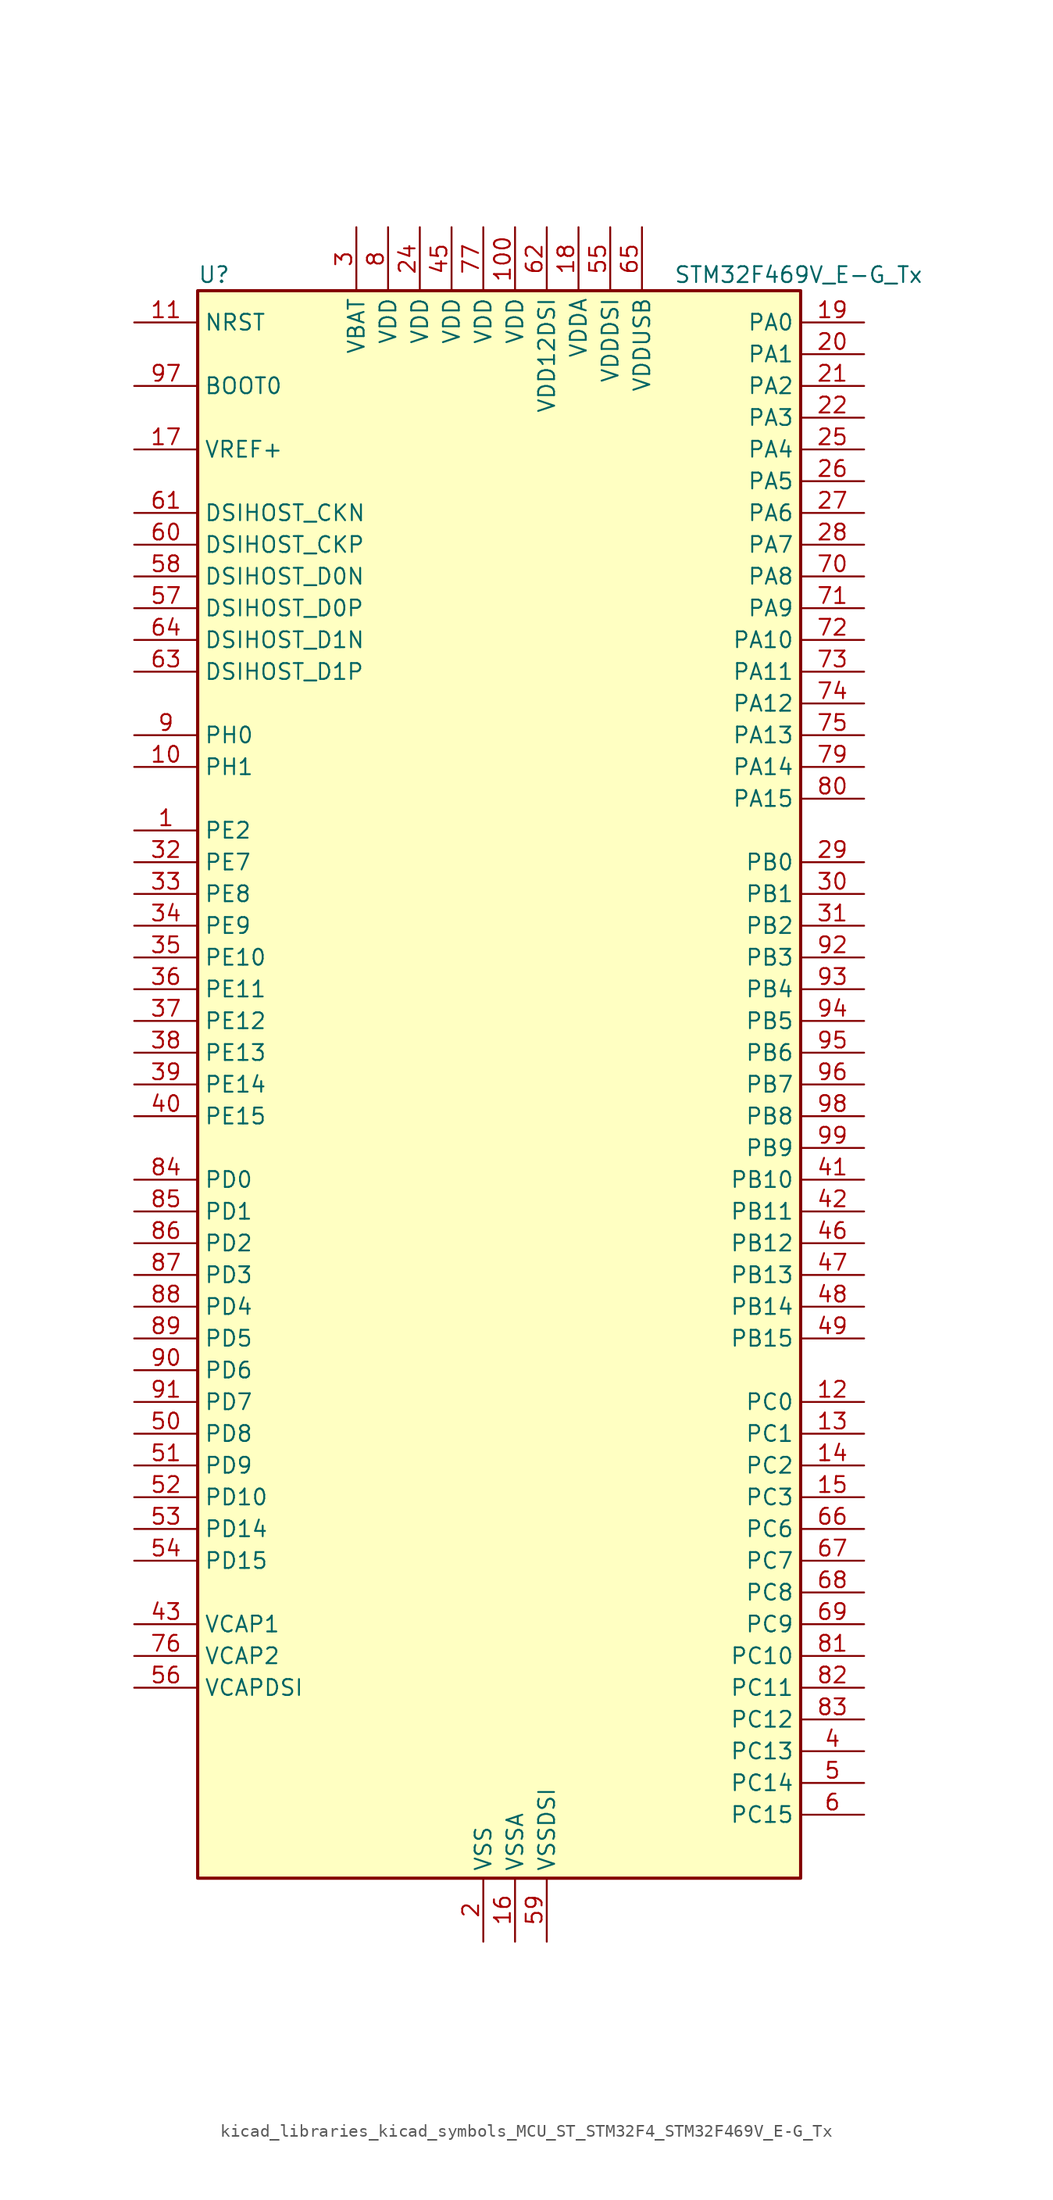
<source format=kicad_sym>
(kicad_symbol_lib
  (version 20220914)
  (generator kicad_symbol_editor)
  (symbol "kicad_libraries_kicad_symbols_MCU_ST_STM32F4_STM32F469V_E-G_Tx"
    (property "Reference" "U"
      (at -22.86 64.77 0)
      (effects (font (size 1.27 1.27)) (justify left)))
    (property "Value" "STM32F469V_E-G_Tx"
      (at 15.24 64.77 0)
      (effects (font (size 1.27 1.27)) (justify left)))
    (property "ki_locked" ""
      (at 0 0 0)
      (effects (font (size 1.27 1.27))))
    (symbol "kicad_libraries_kicad_symbols_MCU_ST_STM32F4_STM32F469V_E-G_Tx_0_1"
      (rectangle (start -22.86 -63.5) (end 25.4 63.5) (stroke (width 0.254) (type default)) (fill (type background))))
    (symbol "kicad_libraries_kicad_symbols_MCU_ST_STM32F4_STM32F469V_E-G_Tx_1_1"
      (pin bidirectional line (at -27.94 20.32 0) (length 5.08) (name "PE2" (effects (font (size 1.27 1.27)))) (number "1" (effects (font (size 1.27 1.27)))) (alternate "FMC_A23" bidirectional line) (alternate "QUADSPI_BK1_IO2" bidirectional line) (alternate "SAI1_MCLK_A" bidirectional line) (alternate "SPI4_SCK" bidirectional line) (alternate "SYS_TRACECLK" bidirectional line))
      (pin bidirectional line (at -27.94 25.4 0) (length 5.08) (name "PH1" (effects (font (size 1.27 1.27)))) (number "10" (effects (font (size 1.27 1.27)))) (alternate "RCC_OSC_OUT" bidirectional line))
      (pin power_in line (at 2.54 68.58 270) (length 5.08) (name "VDD" (effects (font (size 1.27 1.27)))) (number "100" (effects (font (size 1.27 1.27)))))
      (pin input line (at -27.94 60.96 0) (length 5.08) (name "NRST" (effects (font (size 1.27 1.27)))) (number "11" (effects (font (size 1.27 1.27)))))
      (pin bidirectional line (at 30.48 -25.4 180) (length 5.08) (name "PC0" (effects (font (size 1.27 1.27)))) (number "12" (effects (font (size 1.27 1.27)))) (alternate "ADC1_IN10" bidirectional line) (alternate "ADC2_IN10" bidirectional line) (alternate "ADC3_IN10" bidirectional line) (alternate "FMC_SDNWE" bidirectional line) (alternate "LTDC_R5" bidirectional line) (alternate "USB_OTG_HS_ULPI_STP" bidirectional line))
      (pin bidirectional line (at 30.48 -27.94 180) (length 5.08) (name "PC1" (effects (font (size 1.27 1.27)))) (number "13" (effects (font (size 1.27 1.27)))) (alternate "ADC1_IN11" bidirectional line) (alternate "ADC2_IN11" bidirectional line) (alternate "ADC3_IN11" bidirectional line) (alternate "I2S2_SD" bidirectional line) (alternate "SAI1_SD_A" bidirectional line) (alternate "SPI2_MOSI" bidirectional line) (alternate "SYS_TRACED0" bidirectional line))
      (pin bidirectional line (at 30.48 -30.48 180) (length 5.08) (name "PC2" (effects (font (size 1.27 1.27)))) (number "14" (effects (font (size 1.27 1.27)))) (alternate "ADC1_IN12" bidirectional line) (alternate "ADC2_IN12" bidirectional line) (alternate "ADC3_IN12" bidirectional line) (alternate "FMC_SDNE0" bidirectional line) (alternate "I2S2_ext_SD" bidirectional line) (alternate "SPI2_MISO" bidirectional line) (alternate "USB_OTG_HS_ULPI_DIR" bidirectional line))
      (pin bidirectional line (at 30.48 -33.02 180) (length 5.08) (name "PC3" (effects (font (size 1.27 1.27)))) (number "15" (effects (font (size 1.27 1.27)))) (alternate "ADC1_IN13" bidirectional line) (alternate "ADC2_IN13" bidirectional line) (alternate "ADC3_IN13" bidirectional line) (alternate "FMC_SDCKE0" bidirectional line) (alternate "I2S2_SD" bidirectional line) (alternate "SPI2_MOSI" bidirectional line) (alternate "USB_OTG_HS_ULPI_NXT" bidirectional line))
      (pin power_in line (at 2.54 -68.58 90) (length 5.08) (name "VSSA" (effects (font (size 1.27 1.27)))) (number "16" (effects (font (size 1.27 1.27)))))
      (pin input line (at -27.94 50.8 0) (length 5.08) (name "VREF+" (effects (font (size 1.27 1.27)))) (number "17" (effects (font (size 1.27 1.27)))))
      (pin power_in line (at 7.62 68.58 270) (length 5.08) (name "VDDA" (effects (font (size 1.27 1.27)))) (number "18" (effects (font (size 1.27 1.27)))))
      (pin bidirectional line (at 30.48 60.96 180) (length 5.08) (name "PA0" (effects (font (size 1.27 1.27)))) (number "19" (effects (font (size 1.27 1.27)))) (alternate "ADC1_IN0" bidirectional line) (alternate "ADC2_IN0" bidirectional line) (alternate "ADC3_IN0" bidirectional line) (alternate "SYS_WKUP" bidirectional line) (alternate "TIM2_CH1" bidirectional line) (alternate "TIM2_ETR" bidirectional line) (alternate "TIM5_CH1" bidirectional line) (alternate "TIM8_ETR" bidirectional line) (alternate "UART4_TX" bidirectional line) (alternate "USART2_CTS" bidirectional line))
      (pin power_in line (at 0 -68.58 90) (length 5.08) (name "VSS" (effects (font (size 1.27 1.27)))) (number "2" (effects (font (size 1.27 1.27)))))
      (pin bidirectional line (at 30.48 58.42 180) (length 5.08) (name "PA1" (effects (font (size 1.27 1.27)))) (number "20" (effects (font (size 1.27 1.27)))) (alternate "ADC1_IN1" bidirectional line) (alternate "ADC2_IN1" bidirectional line) (alternate "ADC3_IN1" bidirectional line) (alternate "LTDC_R2" bidirectional line) (alternate "QUADSPI_BK1_IO3" bidirectional line) (alternate "TIM2_CH2" bidirectional line) (alternate "TIM5_CH2" bidirectional line) (alternate "UART4_RX" bidirectional line) (alternate "USART2_RTS" bidirectional line))
      (pin bidirectional line (at 30.48 55.88 180) (length 5.08) (name "PA2" (effects (font (size 1.27 1.27)))) (number "21" (effects (font (size 1.27 1.27)))) (alternate "ADC1_IN2" bidirectional line) (alternate "ADC2_IN2" bidirectional line) (alternate "ADC3_IN2" bidirectional line) (alternate "LTDC_R1" bidirectional line) (alternate "TIM2_CH3" bidirectional line) (alternate "TIM5_CH3" bidirectional line) (alternate "TIM9_CH1" bidirectional line) (alternate "USART2_TX" bidirectional line))
      (pin bidirectional line (at 30.48 53.34 180) (length 5.08) (name "PA3" (effects (font (size 1.27 1.27)))) (number "22" (effects (font (size 1.27 1.27)))) (alternate "ADC1_IN3" bidirectional line) (alternate "ADC2_IN3" bidirectional line) (alternate "ADC3_IN3" bidirectional line) (alternate "LTDC_B2" bidirectional line) (alternate "LTDC_B5" bidirectional line) (alternate "TIM2_CH4" bidirectional line) (alternate "TIM5_CH4" bidirectional line) (alternate "TIM9_CH2" bidirectional line) (alternate "USART2_RX" bidirectional line) (alternate "USB_OTG_HS_ULPI_D0" bidirectional line))
      (pin passive line (at 0 -68.58 90) (length 5.08) hide (name "VSS" (effects (font (size 1.27 1.27)))) (number "23" (effects (font (size 1.27 1.27)))))
      (pin power_in line (at -5.08 68.58 270) (length 5.08) (name "VDD" (effects (font (size 1.27 1.27)))) (number "24" (effects (font (size 1.27 1.27)))))
      (pin bidirectional line (at 30.48 50.8 180) (length 5.08) (name "PA4" (effects (font (size 1.27 1.27)))) (number "25" (effects (font (size 1.27 1.27)))) (alternate "ADC1_IN4" bidirectional line) (alternate "ADC2_IN4" bidirectional line) (alternate "DAC_OUT1" bidirectional line) (alternate "DCMI_HSYNC" bidirectional line) (alternate "I2S3_WS" bidirectional line) (alternate "LTDC_VSYNC" bidirectional line) (alternate "SPI1_NSS" bidirectional line) (alternate "SPI3_NSS" bidirectional line) (alternate "USART2_CK" bidirectional line) (alternate "USB_OTG_HS_SOF" bidirectional line))
      (pin bidirectional line (at 30.48 48.26 180) (length 5.08) (name "PA5" (effects (font (size 1.27 1.27)))) (number "26" (effects (font (size 1.27 1.27)))) (alternate "ADC1_IN5" bidirectional line) (alternate "ADC2_IN5" bidirectional line) (alternate "DAC_OUT2" bidirectional line) (alternate "LTDC_R4" bidirectional line) (alternate "SPI1_SCK" bidirectional line) (alternate "TIM2_CH1" bidirectional line) (alternate "TIM2_ETR" bidirectional line) (alternate "TIM8_CH1N" bidirectional line) (alternate "USB_OTG_HS_ULPI_CK" bidirectional line))
      (pin bidirectional line (at 30.48 45.72 180) (length 5.08) (name "PA6" (effects (font (size 1.27 1.27)))) (number "27" (effects (font (size 1.27 1.27)))) (alternate "ADC1_IN6" bidirectional line) (alternate "ADC2_IN6" bidirectional line) (alternate "DCMI_PIXCLK" bidirectional line) (alternate "LTDC_G2" bidirectional line) (alternate "SPI1_MISO" bidirectional line) (alternate "TIM13_CH1" bidirectional line) (alternate "TIM1_BKIN" bidirectional line) (alternate "TIM3_CH1" bidirectional line) (alternate "TIM8_BKIN" bidirectional line))
      (pin bidirectional line (at 30.48 43.18 180) (length 5.08) (name "PA7" (effects (font (size 1.27 1.27)))) (number "28" (effects (font (size 1.27 1.27)))) (alternate "ADC1_IN7" bidirectional line) (alternate "ADC2_IN7" bidirectional line) (alternate "FMC_SDNWE" bidirectional line) (alternate "QUADSPI_CLK" bidirectional line) (alternate "SPI1_MOSI" bidirectional line) (alternate "TIM14_CH1" bidirectional line) (alternate "TIM1_CH1N" bidirectional line) (alternate "TIM3_CH2" bidirectional line) (alternate "TIM8_CH1N" bidirectional line))
      (pin bidirectional line (at 30.48 17.78 180) (length 5.08) (name "PB0" (effects (font (size 1.27 1.27)))) (number "29" (effects (font (size 1.27 1.27)))) (alternate "ADC1_IN8" bidirectional line) (alternate "ADC2_IN8" bidirectional line) (alternate "LTDC_G1" bidirectional line) (alternate "LTDC_R3" bidirectional line) (alternate "TIM1_CH2N" bidirectional line) (alternate "TIM3_CH3" bidirectional line) (alternate "TIM8_CH2N" bidirectional line) (alternate "USB_OTG_HS_ULPI_D1" bidirectional line))
      (pin power_in line (at -10.16 68.58 270) (length 5.08) (name "VBAT" (effects (font (size 1.27 1.27)))) (number "3" (effects (font (size 1.27 1.27)))))
      (pin bidirectional line (at 30.48 15.24 180) (length 5.08) (name "PB1" (effects (font (size 1.27 1.27)))) (number "30" (effects (font (size 1.27 1.27)))) (alternate "ADC1_IN9" bidirectional line) (alternate "ADC2_IN9" bidirectional line) (alternate "LTDC_G0" bidirectional line) (alternate "LTDC_R6" bidirectional line) (alternate "TIM1_CH3N" bidirectional line) (alternate "TIM3_CH4" bidirectional line) (alternate "TIM8_CH3N" bidirectional line) (alternate "USB_OTG_HS_ULPI_D2" bidirectional line))
      (pin bidirectional line (at 30.48 12.7 180) (length 5.08) (name "PB2" (effects (font (size 1.27 1.27)))) (number "31" (effects (font (size 1.27 1.27)))))
      (pin bidirectional line (at -27.94 17.78 0) (length 5.08) (name "PE7" (effects (font (size 1.27 1.27)))) (number "32" (effects (font (size 1.27 1.27)))) (alternate "FMC_D4" bidirectional line) (alternate "FMC_DA4" bidirectional line) (alternate "QUADSPI_BK2_IO0" bidirectional line) (alternate "TIM1_ETR" bidirectional line) (alternate "UART7_RX" bidirectional line))
      (pin bidirectional line (at -27.94 15.24 0) (length 5.08) (name "PE8" (effects (font (size 1.27 1.27)))) (number "33" (effects (font (size 1.27 1.27)))) (alternate "FMC_D5" bidirectional line) (alternate "FMC_DA5" bidirectional line) (alternate "QUADSPI_BK2_IO1" bidirectional line) (alternate "TIM1_CH1N" bidirectional line) (alternate "UART7_TX" bidirectional line))
      (pin bidirectional line (at -27.94 12.7 0) (length 5.08) (name "PE9" (effects (font (size 1.27 1.27)))) (number "34" (effects (font (size 1.27 1.27)))) (alternate "DAC_EXTI9" bidirectional line) (alternate "FMC_D6" bidirectional line) (alternate "FMC_DA6" bidirectional line) (alternate "QUADSPI_BK2_IO2" bidirectional line) (alternate "TIM1_CH1" bidirectional line))
      (pin bidirectional line (at -27.94 10.16 0) (length 5.08) (name "PE10" (effects (font (size 1.27 1.27)))) (number "35" (effects (font (size 1.27 1.27)))) (alternate "FMC_D7" bidirectional line) (alternate "FMC_DA7" bidirectional line) (alternate "QUADSPI_BK2_IO3" bidirectional line) (alternate "TIM1_CH2N" bidirectional line))
      (pin bidirectional line (at -27.94 7.62 0) (length 5.08) (name "PE11" (effects (font (size 1.27 1.27)))) (number "36" (effects (font (size 1.27 1.27)))) (alternate "ADC1_EXTI11" bidirectional line) (alternate "ADC2_EXTI11" bidirectional line) (alternate "ADC3_EXTI11" bidirectional line) (alternate "FMC_D8" bidirectional line) (alternate "FMC_DA8" bidirectional line) (alternate "LTDC_G3" bidirectional line) (alternate "SPI4_NSS" bidirectional line) (alternate "TIM1_CH2" bidirectional line))
      (pin bidirectional line (at -27.94 5.08 0) (length 5.08) (name "PE12" (effects (font (size 1.27 1.27)))) (number "37" (effects (font (size 1.27 1.27)))) (alternate "FMC_D9" bidirectional line) (alternate "FMC_DA9" bidirectional line) (alternate "LTDC_B4" bidirectional line) (alternate "SPI4_SCK" bidirectional line) (alternate "TIM1_CH3N" bidirectional line))
      (pin bidirectional line (at -27.94 2.54 0) (length 5.08) (name "PE13" (effects (font (size 1.27 1.27)))) (number "38" (effects (font (size 1.27 1.27)))) (alternate "FMC_D10" bidirectional line) (alternate "FMC_DA10" bidirectional line) (alternate "LTDC_DE" bidirectional line) (alternate "SPI4_MISO" bidirectional line) (alternate "TIM1_CH3" bidirectional line))
      (pin bidirectional line (at -27.94 0 0) (length 5.08) (name "PE14" (effects (font (size 1.27 1.27)))) (number "39" (effects (font (size 1.27 1.27)))) (alternate "FMC_D11" bidirectional line) (alternate "FMC_DA11" bidirectional line) (alternate "LTDC_CLK" bidirectional line) (alternate "SPI4_MOSI" bidirectional line) (alternate "TIM1_CH4" bidirectional line))
      (pin bidirectional line (at 30.48 -53.34 180) (length 5.08) (name "PC13" (effects (font (size 1.27 1.27)))) (number "4" (effects (font (size 1.27 1.27)))) (alternate "RTC_AF1" bidirectional line))
      (pin bidirectional line (at -27.94 -2.54 0) (length 5.08) (name "PE15" (effects (font (size 1.27 1.27)))) (number "40" (effects (font (size 1.27 1.27)))) (alternate "ADC1_EXTI15" bidirectional line) (alternate "ADC2_EXTI15" bidirectional line) (alternate "ADC3_EXTI15" bidirectional line) (alternate "FMC_D12" bidirectional line) (alternate "FMC_DA12" bidirectional line) (alternate "LTDC_R7" bidirectional line) (alternate "TIM1_BKIN" bidirectional line))
      (pin bidirectional line (at 30.48 -7.62 180) (length 5.08) (name "PB10" (effects (font (size 1.27 1.27)))) (number "41" (effects (font (size 1.27 1.27)))) (alternate "I2C2_SCL" bidirectional line) (alternate "I2S2_CK" bidirectional line) (alternate "LTDC_G4" bidirectional line) (alternate "QUADSPI_BK1_NCS" bidirectional line) (alternate "SPI2_SCK" bidirectional line) (alternate "TIM2_CH3" bidirectional line) (alternate "USART3_TX" bidirectional line) (alternate "USB_OTG_HS_ULPI_D3" bidirectional line))
      (pin bidirectional line (at 30.48 -10.16 180) (length 5.08) (name "PB11" (effects (font (size 1.27 1.27)))) (number "42" (effects (font (size 1.27 1.27)))) (alternate "ADC1_EXTI11" bidirectional line) (alternate "ADC2_EXTI11" bidirectional line) (alternate "ADC3_EXTI11" bidirectional line) (alternate "DSIHOST_TE" bidirectional line) (alternate "I2C2_SDA" bidirectional line) (alternate "LTDC_G5" bidirectional line) (alternate "TIM2_CH4" bidirectional line) (alternate "USART3_RX" bidirectional line) (alternate "USB_OTG_HS_ULPI_D4" bidirectional line))
      (pin power_out line (at -27.94 -43.18 0) (length 5.08) (name "VCAP1" (effects (font (size 1.27 1.27)))) (number "43" (effects (font (size 1.27 1.27)))))
      (pin passive line (at 0 -68.58 90) (length 5.08) hide (name "VSS" (effects (font (size 1.27 1.27)))) (number "44" (effects (font (size 1.27 1.27)))))
      (pin power_in line (at -2.54 68.58 270) (length 5.08) (name "VDD" (effects (font (size 1.27 1.27)))) (number "45" (effects (font (size 1.27 1.27)))))
      (pin bidirectional line (at 30.48 -12.7 180) (length 5.08) (name "PB12" (effects (font (size 1.27 1.27)))) (number "46" (effects (font (size 1.27 1.27)))) (alternate "CAN2_RX" bidirectional line) (alternate "I2C2_SMBA" bidirectional line) (alternate "I2S2_WS" bidirectional line) (alternate "SPI2_NSS" bidirectional line) (alternate "TIM1_BKIN" bidirectional line) (alternate "USART3_CK" bidirectional line) (alternate "USB_OTG_HS_ID" bidirectional line) (alternate "USB_OTG_HS_ULPI_D5" bidirectional line))
      (pin bidirectional line (at 30.48 -15.24 180) (length 5.08) (name "PB13" (effects (font (size 1.27 1.27)))) (number "47" (effects (font (size 1.27 1.27)))) (alternate "CAN2_TX" bidirectional line) (alternate "I2S2_CK" bidirectional line) (alternate "SPI2_SCK" bidirectional line) (alternate "TIM1_CH1N" bidirectional line) (alternate "USART3_CTS" bidirectional line) (alternate "USB_OTG_HS_ULPI_D6" bidirectional line) (alternate "USB_OTG_HS_VBUS" bidirectional line))
      (pin bidirectional line (at 30.48 -17.78 180) (length 5.08) (name "PB14" (effects (font (size 1.27 1.27)))) (number "48" (effects (font (size 1.27 1.27)))) (alternate "I2S2_ext_SD" bidirectional line) (alternate "SPI2_MISO" bidirectional line) (alternate "TIM12_CH1" bidirectional line) (alternate "TIM1_CH2N" bidirectional line) (alternate "TIM8_CH2N" bidirectional line) (alternate "USART3_RTS" bidirectional line) (alternate "USB_OTG_HS_DM" bidirectional line))
      (pin bidirectional line (at 30.48 -20.32 180) (length 5.08) (name "PB15" (effects (font (size 1.27 1.27)))) (number "49" (effects (font (size 1.27 1.27)))) (alternate "ADC1_EXTI15" bidirectional line) (alternate "ADC2_EXTI15" bidirectional line) (alternate "ADC3_EXTI15" bidirectional line) (alternate "I2S2_SD" bidirectional line) (alternate "RTC_REFIN" bidirectional line) (alternate "SPI2_MOSI" bidirectional line) (alternate "TIM12_CH2" bidirectional line) (alternate "TIM1_CH3N" bidirectional line) (alternate "TIM8_CH3N" bidirectional line) (alternate "USB_OTG_HS_DP" bidirectional line))
      (pin bidirectional line (at 30.48 -55.88 180) (length 5.08) (name "PC14" (effects (font (size 1.27 1.27)))) (number "5" (effects (font (size 1.27 1.27)))) (alternate "RCC_OSC32_IN" bidirectional line))
      (pin bidirectional line (at -27.94 -27.94 0) (length 5.08) (name "PD8" (effects (font (size 1.27 1.27)))) (number "50" (effects (font (size 1.27 1.27)))) (alternate "FMC_D13" bidirectional line) (alternate "FMC_DA13" bidirectional line) (alternate "USART3_TX" bidirectional line))
      (pin bidirectional line (at -27.94 -30.48 0) (length 5.08) (name "PD9" (effects (font (size 1.27 1.27)))) (number "51" (effects (font (size 1.27 1.27)))) (alternate "DAC_EXTI9" bidirectional line) (alternate "FMC_D14" bidirectional line) (alternate "FMC_DA14" bidirectional line) (alternate "USART3_RX" bidirectional line))
      (pin bidirectional line (at -27.94 -33.02 0) (length 5.08) (name "PD10" (effects (font (size 1.27 1.27)))) (number "52" (effects (font (size 1.27 1.27)))) (alternate "FMC_D15" bidirectional line) (alternate "FMC_DA15" bidirectional line) (alternate "LTDC_B3" bidirectional line) (alternate "USART3_CK" bidirectional line))
      (pin bidirectional line (at -27.94 -35.56 0) (length 5.08) (name "PD14" (effects (font (size 1.27 1.27)))) (number "53" (effects (font (size 1.27 1.27)))) (alternate "FMC_D0" bidirectional line) (alternate "FMC_DA0" bidirectional line) (alternate "TIM4_CH3" bidirectional line))
      (pin bidirectional line (at -27.94 -38.1 0) (length 5.08) (name "PD15" (effects (font (size 1.27 1.27)))) (number "54" (effects (font (size 1.27 1.27)))) (alternate "ADC1_EXTI15" bidirectional line) (alternate "ADC2_EXTI15" bidirectional line) (alternate "ADC3_EXTI15" bidirectional line) (alternate "FMC_D1" bidirectional line) (alternate "FMC_DA1" bidirectional line) (alternate "TIM4_CH4" bidirectional line))
      (pin power_in line (at 10.16 68.58 270) (length 5.08) (name "VDDDSI" (effects (font (size 1.27 1.27)))) (number "55" (effects (font (size 1.27 1.27)))))
      (pin power_out line (at -27.94 -48.26 0) (length 5.08) (name "VCAPDSI" (effects (font (size 1.27 1.27)))) (number "56" (effects (font (size 1.27 1.27)))))
      (pin bidirectional line (at -27.94 38.1 0) (length 5.08) (name "DSIHOST_D0P" (effects (font (size 1.27 1.27)))) (number "57" (effects (font (size 1.27 1.27)))) (alternate "DSIHOST_D0P" bidirectional line))
      (pin bidirectional line (at -27.94 40.64 0) (length 5.08) (name "DSIHOST_D0N" (effects (font (size 1.27 1.27)))) (number "58" (effects (font (size 1.27 1.27)))) (alternate "DSIHOST_D0N" bidirectional line))
      (pin power_in line (at 5.08 -68.58 90) (length 5.08) (name "VSSDSI" (effects (font (size 1.27 1.27)))) (number "59" (effects (font (size 1.27 1.27)))))
      (pin bidirectional line (at 30.48 -58.42 180) (length 5.08) (name "PC15" (effects (font (size 1.27 1.27)))) (number "6" (effects (font (size 1.27 1.27)))) (alternate "ADC1_EXTI15" bidirectional line) (alternate "ADC2_EXTI15" bidirectional line) (alternate "ADC3_EXTI15" bidirectional line) (alternate "RCC_OSC32_OUT" bidirectional line))
      (pin bidirectional line (at -27.94 43.18 0) (length 5.08) (name "DSIHOST_CKP" (effects (font (size 1.27 1.27)))) (number "60" (effects (font (size 1.27 1.27)))) (alternate "DSIHOST_CKP" bidirectional line))
      (pin bidirectional line (at -27.94 45.72 0) (length 5.08) (name "DSIHOST_CKN" (effects (font (size 1.27 1.27)))) (number "61" (effects (font (size 1.27 1.27)))) (alternate "DSIHOST_CKN" bidirectional line))
      (pin power_in line (at 5.08 68.58 270) (length 5.08) (name "VDD12DSI" (effects (font (size 1.27 1.27)))) (number "62" (effects (font (size 1.27 1.27)))))
      (pin bidirectional line (at -27.94 33.02 0) (length 5.08) (name "DSIHOST_D1P" (effects (font (size 1.27 1.27)))) (number "63" (effects (font (size 1.27 1.27)))) (alternate "DSIHOST_D1P" bidirectional line))
      (pin bidirectional line (at -27.94 35.56 0) (length 5.08) (name "DSIHOST_D1N" (effects (font (size 1.27 1.27)))) (number "64" (effects (font (size 1.27 1.27)))) (alternate "DSIHOST_D1N" bidirectional line))
      (pin power_in line (at 12.7 68.58 270) (length 5.08) (name "VDDUSB" (effects (font (size 1.27 1.27)))) (number "65" (effects (font (size 1.27 1.27)))))
      (pin bidirectional line (at 30.48 -35.56 180) (length 5.08) (name "PC6" (effects (font (size 1.27 1.27)))) (number "66" (effects (font (size 1.27 1.27)))) (alternate "DCMI_D0" bidirectional line) (alternate "I2S2_MCK" bidirectional line) (alternate "LTDC_HSYNC" bidirectional line) (alternate "SDIO_D6" bidirectional line) (alternate "TIM3_CH1" bidirectional line) (alternate "TIM8_CH1" bidirectional line) (alternate "USART6_TX" bidirectional line))
      (pin bidirectional line (at 30.48 -38.1 180) (length 5.08) (name "PC7" (effects (font (size 1.27 1.27)))) (number "67" (effects (font (size 1.27 1.27)))) (alternate "DCMI_D1" bidirectional line) (alternate "I2S3_MCK" bidirectional line) (alternate "LTDC_G6" bidirectional line) (alternate "SDIO_D7" bidirectional line) (alternate "TIM3_CH2" bidirectional line) (alternate "TIM8_CH2" bidirectional line) (alternate "USART6_RX" bidirectional line))
      (pin bidirectional line (at 30.48 -40.64 180) (length 5.08) (name "PC8" (effects (font (size 1.27 1.27)))) (number "68" (effects (font (size 1.27 1.27)))) (alternate "DCMI_D2" bidirectional line) (alternate "SDIO_D0" bidirectional line) (alternate "SYS_TRACED1" bidirectional line) (alternate "TIM3_CH3" bidirectional line) (alternate "TIM8_CH3" bidirectional line) (alternate "USART6_CK" bidirectional line))
      (pin bidirectional line (at 30.48 -43.18 180) (length 5.08) (name "PC9" (effects (font (size 1.27 1.27)))) (number "69" (effects (font (size 1.27 1.27)))) (alternate "DAC_EXTI9" bidirectional line) (alternate "DCMI_D3" bidirectional line) (alternate "I2C3_SDA" bidirectional line) (alternate "I2S_CKIN" bidirectional line) (alternate "QUADSPI_BK1_IO0" bidirectional line) (alternate "RCC_MCO_2" bidirectional line) (alternate "SDIO_D1" bidirectional line) (alternate "TIM3_CH4" bidirectional line) (alternate "TIM8_CH4" bidirectional line))
      (pin passive line (at 0 -68.58 90) (length 5.08) hide (name "VSS" (effects (font (size 1.27 1.27)))) (number "7" (effects (font (size 1.27 1.27)))))
      (pin bidirectional line (at 30.48 40.64 180) (length 5.08) (name "PA8" (effects (font (size 1.27 1.27)))) (number "70" (effects (font (size 1.27 1.27)))) (alternate "I2C3_SCL" bidirectional line) (alternate "LTDC_R6" bidirectional line) (alternate "RCC_MCO_1" bidirectional line) (alternate "TIM1_CH1" bidirectional line) (alternate "USART1_CK" bidirectional line) (alternate "USB_OTG_FS_SOF" bidirectional line))
      (pin bidirectional line (at 30.48 38.1 180) (length 5.08) (name "PA9" (effects (font (size 1.27 1.27)))) (number "71" (effects (font (size 1.27 1.27)))) (alternate "DAC_EXTI9" bidirectional line) (alternate "DCMI_D0" bidirectional line) (alternate "I2C3_SMBA" bidirectional line) (alternate "I2S2_CK" bidirectional line) (alternate "SPI2_SCK" bidirectional line) (alternate "TIM1_CH2" bidirectional line) (alternate "USART1_TX" bidirectional line) (alternate "USB_OTG_FS_VBUS" bidirectional line))
      (pin bidirectional line (at 30.48 35.56 180) (length 5.08) (name "PA10" (effects (font (size 1.27 1.27)))) (number "72" (effects (font (size 1.27 1.27)))) (alternate "DCMI_D1" bidirectional line) (alternate "TIM1_CH3" bidirectional line) (alternate "USART1_RX" bidirectional line) (alternate "USB_OTG_FS_ID" bidirectional line))
      (pin bidirectional line (at 30.48 33.02 180) (length 5.08) (name "PA11" (effects (font (size 1.27 1.27)))) (number "73" (effects (font (size 1.27 1.27)))) (alternate "ADC1_EXTI11" bidirectional line) (alternate "ADC2_EXTI11" bidirectional line) (alternate "ADC3_EXTI11" bidirectional line) (alternate "CAN1_RX" bidirectional line) (alternate "LTDC_R4" bidirectional line) (alternate "TIM1_CH4" bidirectional line) (alternate "USART1_CTS" bidirectional line) (alternate "USB_OTG_FS_DM" bidirectional line))
      (pin bidirectional line (at 30.48 30.48 180) (length 5.08) (name "PA12" (effects (font (size 1.27 1.27)))) (number "74" (effects (font (size 1.27 1.27)))) (alternate "CAN1_TX" bidirectional line) (alternate "LTDC_R5" bidirectional line) (alternate "TIM1_ETR" bidirectional line) (alternate "USART1_RTS" bidirectional line) (alternate "USB_OTG_FS_DP" bidirectional line))
      (pin bidirectional line (at 30.48 27.94 180) (length 5.08) (name "PA13" (effects (font (size 1.27 1.27)))) (number "75" (effects (font (size 1.27 1.27)))) (alternate "SYS_JTMS-SWDIO" bidirectional line))
      (pin power_out line (at -27.94 -45.72 0) (length 5.08) (name "VCAP2" (effects (font (size 1.27 1.27)))) (number "76" (effects (font (size 1.27 1.27)))))
      (pin power_in line (at 0 68.58 270) (length 5.08) (name "VDD" (effects (font (size 1.27 1.27)))) (number "77" (effects (font (size 1.27 1.27)))))
      (pin passive line (at 0 -68.58 90) (length 5.08) hide (name "VSS" (effects (font (size 1.27 1.27)))) (number "78" (effects (font (size 1.27 1.27)))))
      (pin bidirectional line (at 30.48 25.4 180) (length 5.08) (name "PA14" (effects (font (size 1.27 1.27)))) (number "79" (effects (font (size 1.27 1.27)))) (alternate "SYS_JTCK-SWCLK" bidirectional line))
      (pin power_in line (at -7.62 68.58 270) (length 5.08) (name "VDD" (effects (font (size 1.27 1.27)))) (number "8" (effects (font (size 1.27 1.27)))))
      (pin bidirectional line (at 30.48 22.86 180) (length 5.08) (name "PA15" (effects (font (size 1.27 1.27)))) (number "80" (effects (font (size 1.27 1.27)))) (alternate "ADC1_EXTI15" bidirectional line) (alternate "ADC2_EXTI15" bidirectional line) (alternate "ADC3_EXTI15" bidirectional line) (alternate "I2S3_WS" bidirectional line) (alternate "SPI1_NSS" bidirectional line) (alternate "SPI3_NSS" bidirectional line) (alternate "SYS_JTDI" bidirectional line) (alternate "TIM2_CH1" bidirectional line) (alternate "TIM2_ETR" bidirectional line))
      (pin bidirectional line (at 30.48 -45.72 180) (length 5.08) (name "PC10" (effects (font (size 1.27 1.27)))) (number "81" (effects (font (size 1.27 1.27)))) (alternate "DCMI_D8" bidirectional line) (alternate "I2S3_CK" bidirectional line) (alternate "LTDC_R2" bidirectional line) (alternate "QUADSPI_BK1_IO1" bidirectional line) (alternate "SDIO_D2" bidirectional line) (alternate "SPI3_SCK" bidirectional line) (alternate "UART4_TX" bidirectional line) (alternate "USART3_TX" bidirectional line))
      (pin bidirectional line (at 30.48 -48.26 180) (length 5.08) (name "PC11" (effects (font (size 1.27 1.27)))) (number "82" (effects (font (size 1.27 1.27)))) (alternate "ADC1_EXTI11" bidirectional line) (alternate "ADC2_EXTI11" bidirectional line) (alternate "ADC3_EXTI11" bidirectional line) (alternate "DCMI_D4" bidirectional line) (alternate "I2S3_ext_SD" bidirectional line) (alternate "QUADSPI_BK2_NCS" bidirectional line) (alternate "SDIO_D3" bidirectional line) (alternate "SPI3_MISO" bidirectional line) (alternate "UART4_RX" bidirectional line) (alternate "USART3_RX" bidirectional line))
      (pin bidirectional line (at 30.48 -50.8 180) (length 5.08) (name "PC12" (effects (font (size 1.27 1.27)))) (number "83" (effects (font (size 1.27 1.27)))) (alternate "DCMI_D9" bidirectional line) (alternate "I2S3_SD" bidirectional line) (alternate "SDIO_CK" bidirectional line) (alternate "SPI3_MOSI" bidirectional line) (alternate "SYS_TRACED3" bidirectional line) (alternate "UART5_TX" bidirectional line) (alternate "USART3_CK" bidirectional line))
      (pin bidirectional line (at -27.94 -7.62 0) (length 5.08) (name "PD0" (effects (font (size 1.27 1.27)))) (number "84" (effects (font (size 1.27 1.27)))) (alternate "CAN1_RX" bidirectional line) (alternate "FMC_D2" bidirectional line) (alternate "FMC_DA2" bidirectional line))
      (pin bidirectional line (at -27.94 -10.16 0) (length 5.08) (name "PD1" (effects (font (size 1.27 1.27)))) (number "85" (effects (font (size 1.27 1.27)))) (alternate "CAN1_TX" bidirectional line) (alternate "FMC_D3" bidirectional line) (alternate "FMC_DA3" bidirectional line))
      (pin bidirectional line (at -27.94 -12.7 0) (length 5.08) (name "PD2" (effects (font (size 1.27 1.27)))) (number "86" (effects (font (size 1.27 1.27)))) (alternate "DCMI_D11" bidirectional line) (alternate "SDIO_CMD" bidirectional line) (alternate "SYS_TRACED2" bidirectional line) (alternate "TIM3_ETR" bidirectional line) (alternate "UART5_RX" bidirectional line))
      (pin bidirectional line (at -27.94 -15.24 0) (length 5.08) (name "PD3" (effects (font (size 1.27 1.27)))) (number "87" (effects (font (size 1.27 1.27)))) (alternate "DCMI_D5" bidirectional line) (alternate "FMC_CLK" bidirectional line) (alternate "I2S2_CK" bidirectional line) (alternate "LTDC_G7" bidirectional line) (alternate "SPI2_SCK" bidirectional line) (alternate "USART2_CTS" bidirectional line))
      (pin bidirectional line (at -27.94 -17.78 0) (length 5.08) (name "PD4" (effects (font (size 1.27 1.27)))) (number "88" (effects (font (size 1.27 1.27)))) (alternate "FMC_NOE" bidirectional line) (alternate "USART2_RTS" bidirectional line))
      (pin bidirectional line (at -27.94 -20.32 0) (length 5.08) (name "PD5" (effects (font (size 1.27 1.27)))) (number "89" (effects (font (size 1.27 1.27)))) (alternate "FMC_NWE" bidirectional line) (alternate "USART2_TX" bidirectional line))
      (pin bidirectional line (at -27.94 27.94 0) (length 5.08) (name "PH0" (effects (font (size 1.27 1.27)))) (number "9" (effects (font (size 1.27 1.27)))) (alternate "RCC_OSC_IN" bidirectional line))
      (pin bidirectional line (at -27.94 -22.86 0) (length 5.08) (name "PD6" (effects (font (size 1.27 1.27)))) (number "90" (effects (font (size 1.27 1.27)))) (alternate "DCMI_D10" bidirectional line) (alternate "FMC_NWAIT" bidirectional line) (alternate "I2S3_SD" bidirectional line) (alternate "LTDC_B2" bidirectional line) (alternate "SAI1_SD_A" bidirectional line) (alternate "SPI3_MOSI" bidirectional line) (alternate "USART2_RX" bidirectional line))
      (pin bidirectional line (at -27.94 -25.4 0) (length 5.08) (name "PD7" (effects (font (size 1.27 1.27)))) (number "91" (effects (font (size 1.27 1.27)))) (alternate "FMC_NE1" bidirectional line) (alternate "USART2_CK" bidirectional line))
      (pin bidirectional line (at 30.48 10.16 180) (length 5.08) (name "PB3" (effects (font (size 1.27 1.27)))) (number "92" (effects (font (size 1.27 1.27)))) (alternate "I2S3_CK" bidirectional line) (alternate "SPI1_SCK" bidirectional line) (alternate "SPI3_SCK" bidirectional line) (alternate "SYS_JTDO-SWO" bidirectional line) (alternate "TIM2_CH2" bidirectional line))
      (pin bidirectional line (at 30.48 7.62 180) (length 5.08) (name "PB4" (effects (font (size 1.27 1.27)))) (number "93" (effects (font (size 1.27 1.27)))) (alternate "I2S3_ext_SD" bidirectional line) (alternate "SPI1_MISO" bidirectional line) (alternate "SPI3_MISO" bidirectional line) (alternate "SYS_JTRST" bidirectional line) (alternate "TIM3_CH1" bidirectional line))
      (pin bidirectional line (at 30.48 5.08 180) (length 5.08) (name "PB5" (effects (font (size 1.27 1.27)))) (number "94" (effects (font (size 1.27 1.27)))) (alternate "CAN2_RX" bidirectional line) (alternate "DCMI_D10" bidirectional line) (alternate "FMC_SDCKE1" bidirectional line) (alternate "I2C1_SMBA" bidirectional line) (alternate "I2S3_SD" bidirectional line) (alternate "LTDC_G7" bidirectional line) (alternate "SPI1_MOSI" bidirectional line) (alternate "SPI3_MOSI" bidirectional line) (alternate "TIM3_CH2" bidirectional line) (alternate "USB_OTG_HS_ULPI_D7" bidirectional line))
      (pin bidirectional line (at 30.48 2.54 180) (length 5.08) (name "PB6" (effects (font (size 1.27 1.27)))) (number "95" (effects (font (size 1.27 1.27)))) (alternate "CAN2_TX" bidirectional line) (alternate "DCMI_D5" bidirectional line) (alternate "FMC_SDNE1" bidirectional line) (alternate "I2C1_SCL" bidirectional line) (alternate "QUADSPI_BK1_NCS" bidirectional line) (alternate "TIM4_CH1" bidirectional line) (alternate "USART1_TX" bidirectional line))
      (pin bidirectional line (at 30.48 0 180) (length 5.08) (name "PB7" (effects (font (size 1.27 1.27)))) (number "96" (effects (font (size 1.27 1.27)))) (alternate "DCMI_VSYNC" bidirectional line) (alternate "FMC_NL" bidirectional line) (alternate "I2C1_SDA" bidirectional line) (alternate "TIM4_CH2" bidirectional line) (alternate "USART1_RX" bidirectional line))
      (pin input line (at -27.94 55.88 0) (length 5.08) (name "BOOT0" (effects (font (size 1.27 1.27)))) (number "97" (effects (font (size 1.27 1.27)))))
      (pin bidirectional line (at 30.48 -2.54 180) (length 5.08) (name "PB8" (effects (font (size 1.27 1.27)))) (number "98" (effects (font (size 1.27 1.27)))) (alternate "CAN1_RX" bidirectional line) (alternate "DCMI_D6" bidirectional line) (alternate "I2C1_SCL" bidirectional line) (alternate "LTDC_B6" bidirectional line) (alternate "SDIO_D4" bidirectional line) (alternate "TIM10_CH1" bidirectional line) (alternate "TIM4_CH3" bidirectional line))
      (pin bidirectional line (at 30.48 -5.08 180) (length 5.08) (name "PB9" (effects (font (size 1.27 1.27)))) (number "99" (effects (font (size 1.27 1.27)))) (alternate "CAN1_TX" bidirectional line) (alternate "DAC_EXTI9" bidirectional line) (alternate "DCMI_D7" bidirectional line) (alternate "I2C1_SDA" bidirectional line) (alternate "I2S2_WS" bidirectional line) (alternate "LTDC_B7" bidirectional line) (alternate "SDIO_D5" bidirectional line) (alternate "SPI2_NSS" bidirectional line) (alternate "TIM11_CH1" bidirectional line) (alternate "TIM4_CH4" bidirectional line)))))
</source>
